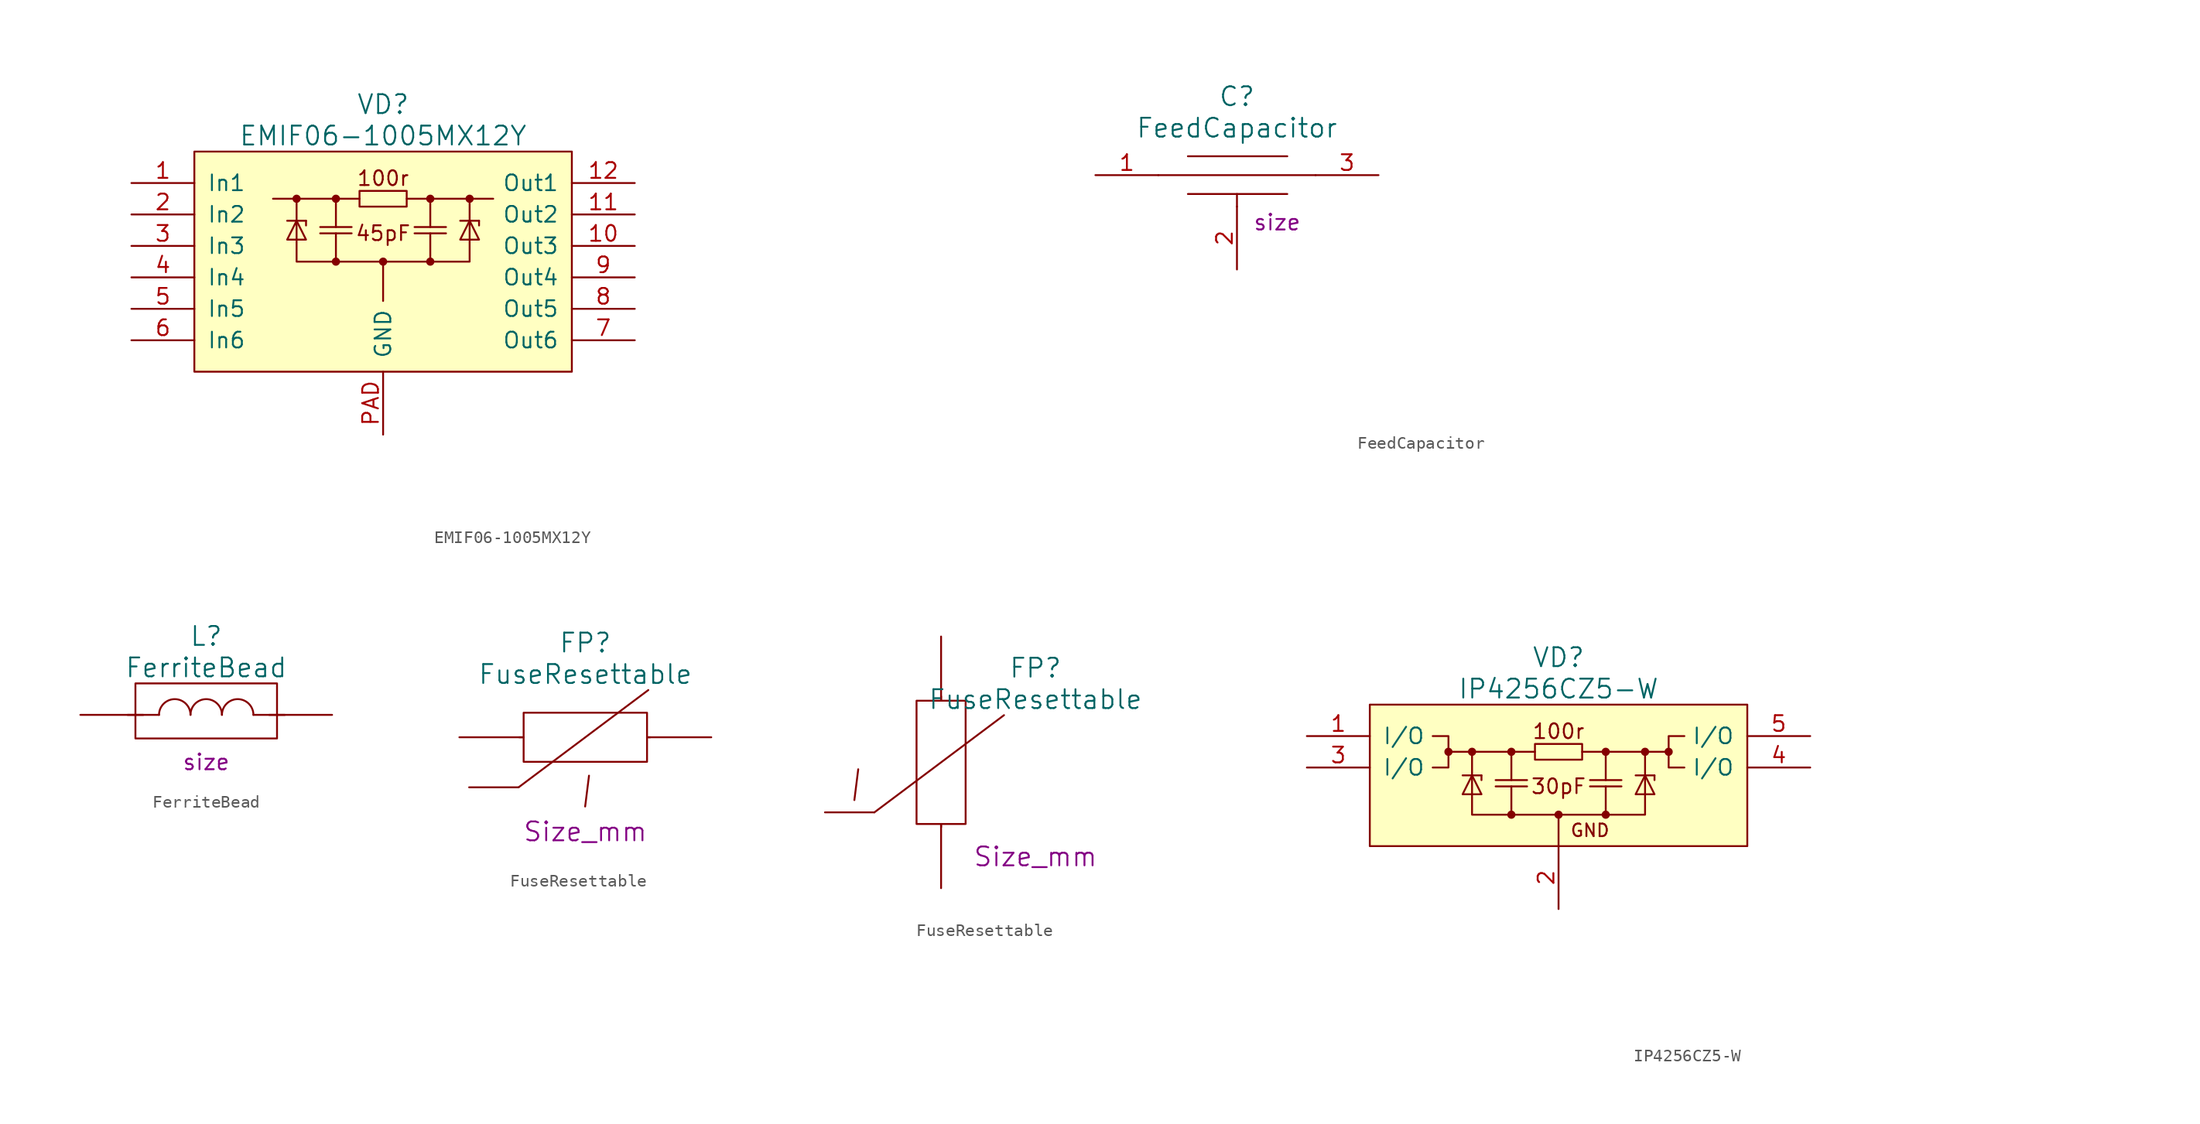
<source format=kicad_sym>
(kicad_symbol_lib
  (version 20220914)
  (generator kicad_symbol_editor)
  (symbol "EMIF06-1005MX12Y"
    (pin_names
      (offset 1.016))
    (property "Reference" "VD"
      (at 0 12.7 0)
      (effects (font (size 1.524 1.524))))
    (property "Value" "EMIF06-1005MX12Y"
      (at 0 10.16 0)
      (effects (font (size 1.524 1.524))))
    (property "Datasheet" ""
      (at 41.275 -17.78 0)
      (effects (font (size 1.524 1.524))))
    (symbol "EMIF06-1005MX12Y_0_1"
      (rectangle (start -15.24 8.89) (end 15.24 -8.89) (stroke (width 0) (type solid)) (fill (type background)))
      (polyline (pts (xy -5.08 2.286) (xy -2.54 2.286)) (stroke (width 0) (type solid)) (fill (type none)))
      (polyline (pts (xy -3.81 0) (xy -3.81 2.286)) (stroke (width 0) (type solid)) (fill (type none)))
      (polyline (pts (xy -3.81 5.08) (xy -3.81 2.794)) (stroke (width 0) (type solid)) (fill (type none)))
      (polyline (pts (xy -2.54 2.794) (xy -5.08 2.794)) (stroke (width 0) (type solid)) (fill (type none)))
      (polyline (pts (xy 2.54 2.286) (xy 5.08 2.286)) (stroke (width 0) (type solid)) (fill (type none)))
      (polyline (pts (xy 3.81 0) (xy 3.81 2.286)) (stroke (width 0) (type solid)) (fill (type none)))
      (polyline (pts (xy 3.81 5.08) (xy 3.81 2.794)) (stroke (width 0) (type solid)) (fill (type none)))
      (polyline (pts (xy 5.08 2.794) (xy 2.54 2.794)) (stroke (width 0) (type solid)) (fill (type none))))
    (symbol "EMIF06-1005MX12Y_1_0"
      (circle (center -6.985 5.08) (radius 0.254) (stroke (width 0) (type solid)) (fill (type outline)))
      (circle (center -3.81 0) (radius 0.254) (stroke (width 0) (type solid)) (fill (type outline)))
      (circle (center -3.81 5.08) (radius 0.254) (stroke (width 0) (type solid)) (fill (type outline)))
      (polyline (pts (xy 0 0) (xy 0 -3.175)) (stroke (width 0) (type solid)) (fill (type none)))
      (polyline (pts (xy -6.985 5.08) (xy -6.985 0) (xy 6.985 0) (xy 6.985 5.08)) (stroke (width 0) (type solid)) (fill (type none)))
      (circle (center 0 0) (radius 0.254) (stroke (width 0) (type solid)) (fill (type outline)))
      (circle (center 3.81 0) (radius 0.254) (stroke (width 0) (type solid)) (fill (type outline)))
      (circle (center 3.81 5.08) (radius 0.254) (stroke (width 0) (type solid)) (fill (type outline)))
      (circle (center 6.985 5.08) (radius 0.254) (stroke (width 0) (type solid)) (fill (type outline)))
      (text "100r" (at 0 6.731 0) (effects (font (size 1.194 1.194))))
      (text "45pF" (at 0 2.286 0) (effects (font (size 1.194 1.194)))))
    (symbol "EMIF06-1005MX12Y_1_1"
      (rectangle (start -1.905 5.715) (end 1.905 4.445) (stroke (width 0) (type solid)) (fill (type none)))
      (polyline (pts (xy -6.223 3.302) (xy -7.747 3.302)) (stroke (width 0) (type solid)) (fill (type none)))
      (polyline (pts (xy -6.223 3.302) (xy -6.223 2.921)) (stroke (width 0) (type solid)) (fill (type none)))
      (polyline (pts (xy -1.905 5.08) (xy -8.89 5.08)) (stroke (width 0) (type solid)) (fill (type none)))
      (polyline (pts (xy 1.905 5.08) (xy 8.89 5.08)) (stroke (width 0) (type solid)) (fill (type none)))
      (polyline (pts (xy 7.747 3.302) (xy 6.223 3.302)) (stroke (width 0) (type solid)) (fill (type none)))
      (polyline (pts (xy 7.747 3.302) (xy 7.747 2.921)) (stroke (width 0) (type solid)) (fill (type none)))
      (polyline (pts (xy -6.985 3.302) (xy -7.747 1.778) (xy -6.223 1.778) (xy -6.985 3.302)) (stroke (width 0) (type solid)) (fill (type none)))
      (polyline (pts (xy 6.985 3.302) (xy 6.223 1.778) (xy 7.747 1.778) (xy 6.985 3.302)) (stroke (width 0) (type solid)) (fill (type none)))
      (pin passive line (at -20.32 6.35 0) (length 5.08) (name "In1" (effects (font (size 1.27 1.27)))) (number "1" (effects (font (size 1.27 1.27)))))
      (pin passive line (at 20.32 1.27 180) (length 5.08) (name "Out3" (effects (font (size 1.27 1.27)))) (number "10" (effects (font (size 1.27 1.27)))))
      (pin passive line (at 20.32 3.81 180) (length 5.08) (name "Out2" (effects (font (size 1.27 1.27)))) (number "11" (effects (font (size 1.27 1.27)))))
      (pin passive line (at 20.32 6.35 180) (length 5.08) (name "Out1" (effects (font (size 1.27 1.27)))) (number "12" (effects (font (size 1.27 1.27)))))
      (pin passive line (at -20.32 3.81 0) (length 5.08) (name "In2" (effects (font (size 1.27 1.27)))) (number "2" (effects (font (size 1.27 1.27)))))
      (pin passive line (at -20.32 1.27 0) (length 5.08) (name "In3" (effects (font (size 1.27 1.27)))) (number "3" (effects (font (size 1.27 1.27)))))
      (pin passive line (at -20.32 -1.27 0) (length 5.08) (name "In4" (effects (font (size 1.27 1.27)))) (number "4" (effects (font (size 1.27 1.27)))))
      (pin passive line (at -20.32 -3.81 0) (length 5.08) (name "In5" (effects (font (size 1.27 1.27)))) (number "5" (effects (font (size 1.27 1.27)))))
      (pin passive line (at -20.32 -6.35 0) (length 5.08) (name "In6" (effects (font (size 1.27 1.27)))) (number "6" (effects (font (size 1.27 1.27)))))
      (pin passive line (at 20.32 -6.35 180) (length 5.08) (name "Out6" (effects (font (size 1.27 1.27)))) (number "7" (effects (font (size 1.27 1.27)))))
      (pin passive line (at 20.32 -3.81 180) (length 5.08) (name "Out5" (effects (font (size 1.27 1.27)))) (number "8" (effects (font (size 1.27 1.27)))))
      (pin passive line (at 20.32 -1.27 180) (length 5.08) (name "Out4" (effects (font (size 1.27 1.27)))) (number "9" (effects (font (size 1.27 1.27)))))
      (pin passive line (at 0 -13.97 90) (length 5.08) (name "GND" (effects (font (size 1.27 1.27)))) (number "PAD" (effects (font (size 1.27 1.27)))))))
  (symbol "FeedCapacitor"
    (pin_names
      (offset 1.016))
    (property "Reference" "C"
      (at 0 6.35 0)
      (do_not_autoplace)
      (effects (font (size 1.524 1.524))))
    (property "Value" "FeedCapacitor"
      (at 0 3.81 0)
      (do_not_autoplace)
      (effects (font (size 1.524 1.524))))
    (property "Datasheet" ""
      (at 41.275 -17.78 0)
      (effects (font (size 1.524 1.524))))
    (property "Size" "size"
      (at 1.27 -3.81 0)
      (do_not_autoplace)
      (effects (font (size 1.27 1.27)) (justify left)))
    (symbol "FeedCapacitor_0_1"
      (polyline (pts (xy 0 -2.54) (xy 0 -1.524)) (stroke (width 0) (type solid)) (fill (type none)))
      (polyline (pts (xy 4.064 -1.524) (xy -3.962 -1.524)) (stroke (width 0) (type solid)) (fill (type none)))
      (polyline (pts (xy 4.064 1.524) (xy -3.962 1.524)) (stroke (width 0) (type solid)) (fill (type none)))
      (polyline (pts (xy 6.35 0) (xy -6.35 0)) (stroke (width 0) (type solid)) (fill (type none))))
    (symbol "FeedCapacitor_1_1"
      (pin power_in line (at -11.43 0 0) (length 5.08) (name "~" (effects (font (size 1.27 1.27)))) (number "1" (effects (font (size 1.27 1.27)))))
      (pin power_in line (at 0 -7.62 90) (length 5.08) (name "~" (effects (font (size 1.27 1.27)))) (number "2" (effects (font (size 1.27 1.27)))))
      (pin power_out line (at 11.43 0 180) (length 5.08) (name "~" (effects (font (size 1.27 1.27)))) (number "3" (effects (font (size 1.27 1.27)))))))
  (symbol "FerriteBead"
    (pin_numbers hide)
    (pin_names
      (offset 1.016))
    (property "Reference" "L"
      (at 0 6.35 0)
      (do_not_autoplace)
      (effects (font (size 1.524 1.524))))
    (property "Value" "FerriteBead"
      (at 0 3.81 0)
      (do_not_autoplace)
      (effects (font (size 1.524 1.524))))
    (property "Datasheet" ""
      (at 0 6.35 0)
      (effects (font (size 1.524 1.524))))
    (property "Size" "size"
      (at 0 -3.81 0)
      (do_not_autoplace)
      (effects (font (size 1.27 1.27))))
    (symbol "FerriteBead_0_1"
      (arc (start -1.27 0) (mid -2.54 1.2645) (end -3.81 0) (stroke (width 0) (type solid)) (fill (type none)))
      (polyline (pts (xy -3.81 0) (xy -6.35 0)) (stroke (width 0) (type solid)) (fill (type none)))
      (polyline (pts (xy 6.35 0) (xy 3.81 0)) (stroke (width 0) (type solid)) (fill (type none)))
      (arc (start 1.27 0) (mid 0 1.2645) (end -1.27 0) (stroke (width 0) (type solid)) (fill (type none)))
      (arc (start 3.81 0) (mid 2.54 1.2645) (end 1.27 0) (stroke (width 0) (type solid)) (fill (type none)))
      (rectangle (start 5.715 2.54) (end -5.715 -1.905) (stroke (width 0) (type solid)) (fill (type none))))
    (symbol "FerriteBead_1_1"
      (pin power_in line (at -10.16 0 0) (length 5.08) (name "~" (effects (font (size 1.27 1.27)))) (number "1" (effects (font (size 1.27 1.27)))))
      (pin power_out line (at 10.16 0 180) (length 5.08) (name "~" (effects (font (size 1.27 1.27)))) (number "2" (effects (font (size 1.27 1.27)))))))
  (symbol "FuseResettable"
    (pin_numbers hide)
    (pin_names
      (offset 1.016) hide)
    (property "Reference" "FP"
      (at 0 7.62 0)
      (do_not_autoplace)
      (effects (font (size 1.524 1.524))))
    (property "Value" "FuseResettable"
      (at 0 5.08 0)
      (do_not_autoplace)
      (effects (font (size 1.524 1.524))))
    (property "Datasheet" ""
      (at -11.43 -3.81 0)
      (effects (font (size 1.524 1.524))))
    (property "Size" "Size_mm"
      (at 0 -7.62 0)
      (do_not_autoplace)
      (effects (font (size 1.524 1.524))))
    (symbol "FuseResettable_0_1"
      (rectangle (start -4.978 1.981) (end 4.978 -1.981) (stroke (width 0) (type solid)) (fill (type none)))
      (polyline (pts (xy -5.385 -4.039) (xy -9.373 -4.039)) (stroke (width 0) (type solid)) (fill (type none)))
      (polyline (pts (xy -4.978 0) (xy -5.334 0)) (stroke (width 0) (type solid)) (fill (type none)))
      (polyline (pts (xy 4.978 0) (xy 5.232 0)) (stroke (width 0) (type solid)) (fill (type none))))
    (symbol "FuseResettable_0_2"
      (rectangle (start -5.639 4.978) (end -9.601 -4.978) (stroke (width 0) (type solid)) (fill (type none)))
      (polyline (pts (xy -13.005 -4.039) (xy -16.993 -4.039)) (stroke (width 0) (type solid)) (fill (type none)))
      (polyline (pts (xy -7.62 -4.978) (xy -7.62 -5.232)) (stroke (width 0) (type solid)) (fill (type none)))
      (polyline (pts (xy -7.62 4.978) (xy -7.62 5.334)) (stroke (width 0) (type solid)) (fill (type none)))
      (polyline (pts (xy -2.54 3.81) (xy -13.005 -4.039)) (stroke (width 0) (type solid)) (fill (type none))))
    (symbol "FuseResettable_1_1"
      (polyline (pts (xy 5.08 3.81) (xy -5.385 -4.039)) (stroke (width 0) (type solid)) (fill (type none)))
      (text "I" (at 0 -4.445 0) (effects (font (size 2.489 2.489) italic)))
      (pin passive line (at -10.16 0 0) (length 5.08) (name "~" (effects (font (size 1.27 1.27)))) (number "1" (effects (font (size 1.27 1.27)))))
      (pin passive line (at 10.16 0 180) (length 5.08) (name "~" (effects (font (size 1.27 1.27)))) (number "2" (effects (font (size 1.27 1.27))))))
    (symbol "FuseResettable_1_2"
      (text "I" (at -14.605 -1.905 0) (effects (font (size 2.489 2.489) italic)))
      (pin passive line (at -7.62 10.16 270) (length 5.08) (name "~" (effects (font (size 1.27 1.27)))) (number "1" (effects (font (size 1.27 1.27)))))
      (pin passive line (at -7.62 -10.16 90) (length 5.08) (name "~" (effects (font (size 1.27 1.27)))) (number "2" (effects (font (size 1.27 1.27)))))))
  (symbol "IP4256CZ5-W"
    (pin_names
      (offset 1.016))
    (property "Reference" "VD"
      (at 0 10.16 0)
      (effects (font (size 1.524 1.524))))
    (property "Value" "IP4256CZ5-W"
      (at 0 7.62 0)
      (effects (font (size 1.524 1.524))))
    (property "Datasheet" ""
      (at 41.275 -17.78 0)
      (effects (font (size 1.524 1.524))))
    (symbol "IP4256CZ5-W_0_0"
      (polyline (pts (xy -10.16 1.27) (xy -8.89 1.27) (xy -8.89 3.81) (xy -10.16 3.81)) (stroke (width 0) (type solid)) (fill (type none)))
      (polyline (pts (xy 10.16 1.27) (xy 8.89 1.27) (xy 8.89 3.81) (xy 10.16 3.81)) (stroke (width 0) (type solid)) (fill (type none)))
      (text "GND" (at 2.54 -3.81 0) (effects (font (size 1.016 1.016)))))
    (symbol "IP4256CZ5-W_0_1"
      (rectangle (start -15.24 6.35) (end 15.24 -5.08) (stroke (width 0) (type solid)) (fill (type background)))
      (polyline (pts (xy -5.08 -0.254) (xy -2.54 -0.254)) (stroke (width 0) (type solid)) (fill (type none)))
      (polyline (pts (xy -3.81 -2.54) (xy -3.81 -0.254)) (stroke (width 0) (type solid)) (fill (type none)))
      (polyline (pts (xy -3.81 2.54) (xy -3.81 0.254)) (stroke (width 0) (type solid)) (fill (type none)))
      (polyline (pts (xy -2.54 0.254) (xy -5.08 0.254)) (stroke (width 0) (type solid)) (fill (type none)))
      (polyline (pts (xy 2.54 -0.254) (xy 5.08 -0.254)) (stroke (width 0) (type solid)) (fill (type none)))
      (polyline (pts (xy 3.81 -2.54) (xy 3.81 -0.254)) (stroke (width 0) (type solid)) (fill (type none)))
      (polyline (pts (xy 3.81 2.54) (xy 3.81 0.254)) (stroke (width 0) (type solid)) (fill (type none)))
      (polyline (pts (xy 5.08 0.254) (xy 2.54 0.254)) (stroke (width 0) (type solid)) (fill (type none))))
    (symbol "IP4256CZ5-W_1_0"
      (circle (center -8.89 2.54) (radius 0.254) (stroke (width 0) (type solid)) (fill (type outline)))
      (circle (center -6.985 2.54) (radius 0.254) (stroke (width 0) (type solid)) (fill (type outline)))
      (circle (center -3.81 -2.54) (radius 0.254) (stroke (width 0) (type solid)) (fill (type outline)))
      (circle (center -3.81 2.54) (radius 0.254) (stroke (width 0) (type solid)) (fill (type outline)))
      (circle (center 0 -2.54) (radius 0.254) (stroke (width 0) (type solid)) (fill (type outline)))
      (polyline (pts (xy 0 -2.54) (xy 0 -5.08)) (stroke (width 0) (type solid)) (fill (type none)))
      (polyline (pts (xy -6.985 2.54) (xy -6.985 -2.54) (xy 6.985 -2.54) (xy 6.985 2.54)) (stroke (width 0) (type solid)) (fill (type none)))
      (circle (center 3.81 -2.54) (radius 0.254) (stroke (width 0) (type solid)) (fill (type outline)))
      (circle (center 3.81 2.54) (radius 0.254) (stroke (width 0) (type solid)) (fill (type outline)))
      (circle (center 6.985 2.54) (radius 0.254) (stroke (width 0) (type solid)) (fill (type outline)))
      (circle (center 8.89 2.54) (radius 0.254) (stroke (width 0) (type solid)) (fill (type outline)))
      (text "100r" (at 0 4.191 0) (effects (font (size 1.194 1.194))))
      (text "30pF" (at 0 -0.254 0) (effects (font (size 1.194 1.194)))))
    (symbol "IP4256CZ5-W_1_1"
      (rectangle (start -1.905 3.175) (end 1.905 1.905) (stroke (width 0) (type solid)) (fill (type none)))
      (polyline (pts (xy -6.223 0.635) (xy -7.747 0.635)) (stroke (width 0) (type solid)) (fill (type none)))
      (polyline (pts (xy -6.223 0.635) (xy -6.223 0.254)) (stroke (width 0) (type solid)) (fill (type none)))
      (polyline (pts (xy -1.905 2.54) (xy -8.89 2.54)) (stroke (width 0) (type solid)) (fill (type none)))
      (polyline (pts (xy 1.905 2.54) (xy 8.89 2.54)) (stroke (width 0) (type solid)) (fill (type none)))
      (polyline (pts (xy 7.747 0.635) (xy 6.223 0.635)) (stroke (width 0) (type solid)) (fill (type none)))
      (polyline (pts (xy 7.747 0.635) (xy 7.747 0.254)) (stroke (width 0) (type solid)) (fill (type none)))
      (polyline (pts (xy -6.985 0.635) (xy -7.747 -0.889) (xy -6.223 -0.889) (xy -6.985 0.635)) (stroke (width 0) (type solid)) (fill (type none)))
      (polyline (pts (xy 6.985 0.635) (xy 6.223 -0.889) (xy 7.747 -0.889) (xy 6.985 0.635)) (stroke (width 0) (type solid)) (fill (type none)))
      (pin passive line (at -20.32 3.81 0) (length 5.08) (name "I/O" (effects (font (size 1.27 1.27)))) (number "1" (effects (font (size 1.27 1.27)))))
      (pin passive line (at 0 -10.16 90) (length 5.08) (name "~" (effects (font (size 1.27 1.27)))) (number "2" (effects (font (size 1.27 1.27)))))
      (pin passive line (at -20.32 1.27 0) (length 5.08) (name "I/O" (effects (font (size 1.27 1.27)))) (number "3" (effects (font (size 1.27 1.27)))))
      (pin passive line (at 20.32 1.27 180) (length 5.08) (name "I/O" (effects (font (size 1.27 1.27)))) (number "4" (effects (font (size 1.27 1.27)))))
      (pin passive line (at 20.32 3.81 180) (length 5.08) (name "I/O" (effects (font (size 1.27 1.27)))) (number "5" (effects (font (size 1.27 1.27))))))))
</source>
